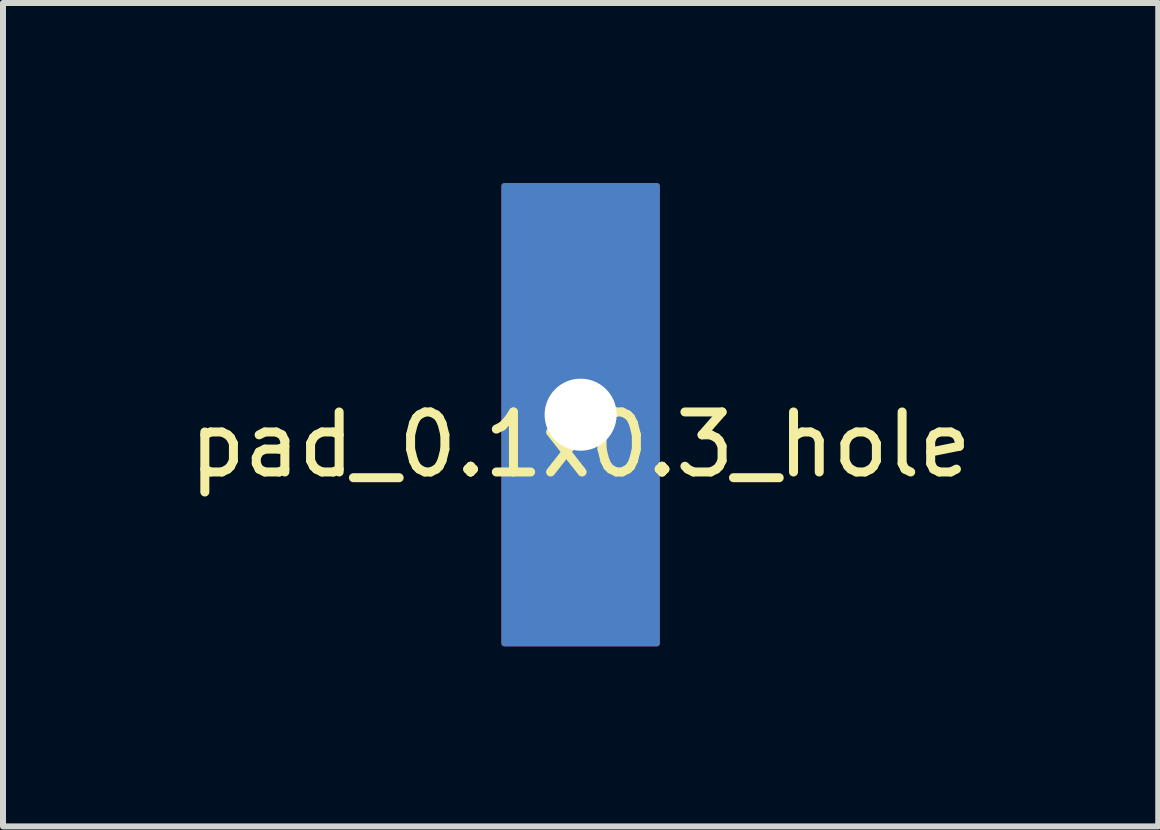
<source format=kicad_pcb>
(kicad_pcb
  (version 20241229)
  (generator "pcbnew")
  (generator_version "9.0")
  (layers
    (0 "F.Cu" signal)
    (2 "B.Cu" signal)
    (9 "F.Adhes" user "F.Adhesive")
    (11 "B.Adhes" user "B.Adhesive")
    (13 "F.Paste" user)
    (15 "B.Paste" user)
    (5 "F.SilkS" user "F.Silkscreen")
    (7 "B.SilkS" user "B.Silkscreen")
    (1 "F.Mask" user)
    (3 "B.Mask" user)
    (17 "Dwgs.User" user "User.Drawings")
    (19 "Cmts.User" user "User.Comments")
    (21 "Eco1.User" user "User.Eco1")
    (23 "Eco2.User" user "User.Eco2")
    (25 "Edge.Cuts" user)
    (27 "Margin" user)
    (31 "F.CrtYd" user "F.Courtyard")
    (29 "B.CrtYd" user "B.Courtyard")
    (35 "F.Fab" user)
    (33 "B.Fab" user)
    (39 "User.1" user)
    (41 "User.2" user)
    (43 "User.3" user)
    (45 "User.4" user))
  (footprint "pad_0.1x0.3_hole"
    (layer "F.Cu")
    (at 6.625 3.86)
    (property "Reference" "pad_0.1x0.3_hole" (at 0 0.5 0) (layer "F.SilkS") (effects (font (size 1 1) (thickness 0.15))))
    (attr through_hole)
    (fp_poly (pts (xy -1.27 -3.81) (xy -1.27 3.81) (xy 1.27 3.81) (xy 1.27 -3.81)) (stroke (width 0.1) (type solid)) (fill yes) (layer "F.Cu"))
    (fp_poly (pts (xy -1.27 -3.81) (xy -1.27 3.81) (xy 1.27 3.81) (xy 1.27 -3.81)) (stroke (width 0.1) (type solid)) (fill yes) (layer "F.Mask"))
    (fp_poly (pts (xy -1.27 -3.81) (xy -1.27 3.81) (xy 1.27 3.81) (xy 1.27 -3.81)) (stroke (width 0.1) (type solid)) (fill yes) (layer "B.Cu"))
    (fp_poly (pts (xy -1.27 -3.81) (xy -1.27 3.81) (xy 1.27 3.81) (xy 1.27 -3.81)) (stroke (width 0.1) (type solid)) (fill yes) (layer "B.Mask"))
    (pad "1" thru_hole circle (at 0 0) (size 2.5 2.5) (drill 1.2) (layers "*.Cu" "*.Mask")))
  (gr_rect
    (start -3 -3)
    (end 16.25 10.72)
    (stroke (width 0.1) (type default))
    (fill no)
    (layer "Edge.Cuts")))
</source>
